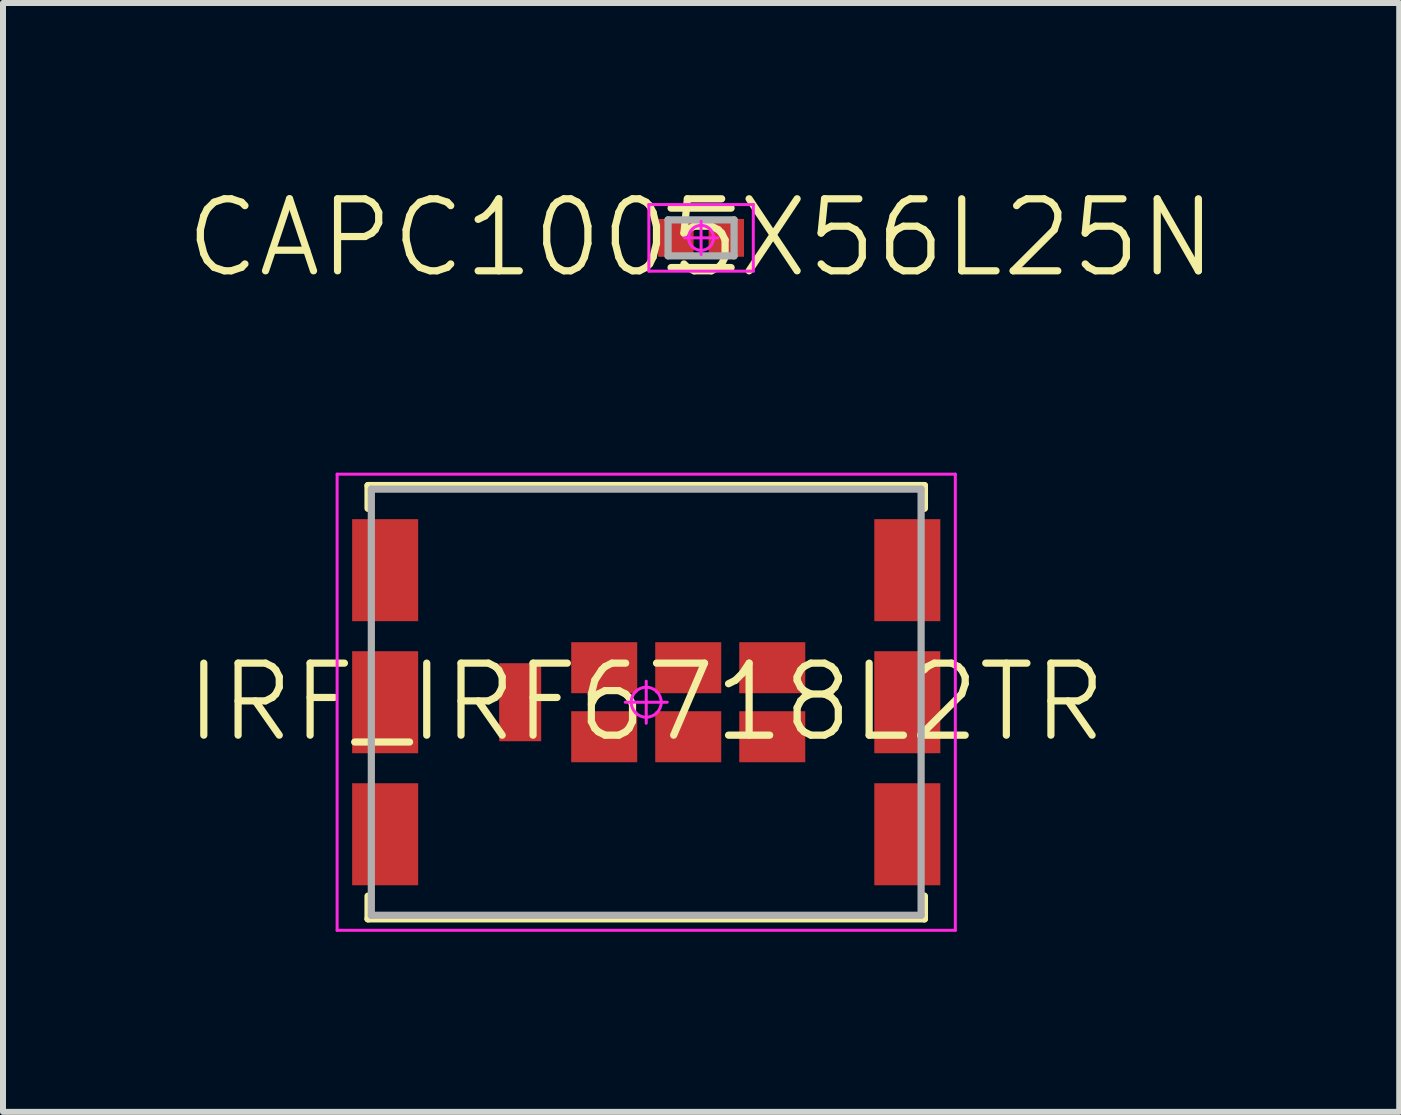
<source format=kicad_pcb>
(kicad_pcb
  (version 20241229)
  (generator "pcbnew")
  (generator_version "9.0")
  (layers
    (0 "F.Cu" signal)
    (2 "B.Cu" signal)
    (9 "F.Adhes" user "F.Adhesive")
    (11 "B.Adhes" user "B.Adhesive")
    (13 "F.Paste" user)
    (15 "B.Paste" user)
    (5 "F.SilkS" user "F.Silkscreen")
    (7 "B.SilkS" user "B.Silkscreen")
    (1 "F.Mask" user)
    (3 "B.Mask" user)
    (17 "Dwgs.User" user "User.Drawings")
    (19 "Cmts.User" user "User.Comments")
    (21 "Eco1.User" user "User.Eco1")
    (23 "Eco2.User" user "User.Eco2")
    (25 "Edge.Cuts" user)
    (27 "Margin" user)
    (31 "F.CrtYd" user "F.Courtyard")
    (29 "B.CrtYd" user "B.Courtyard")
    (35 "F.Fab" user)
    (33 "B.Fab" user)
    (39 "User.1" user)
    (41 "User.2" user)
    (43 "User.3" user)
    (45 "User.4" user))
  (footprint "IRF_IRF6718L2TR"
    (layer "F.Cu")
    (at 7.717 8.65)
    (property "Reference" "IRF_IRF6718L2TR" (at 0 0 0) (layer "F.SilkS") (effects (font (size 1.2 1.2) (thickness 0.12))))
    (attr smd)
    (fp_line (start -4.635 -3.61) (end 4.635 -3.61) (stroke (width 0.12) (type solid)) (layer "F.SilkS"))
    (fp_line (start -4.635 -3.23) (end -4.635 -3.61) (stroke (width 0.12) (type solid)) (layer "F.SilkS"))
    (fp_line (start -4.635 3.61) (end -4.635 3.23) (stroke (width 0.12) (type solid)) (layer "F.SilkS"))
    (fp_line (start 4.635 -3.61) (end 4.635 -3.23) (stroke (width 0.12) (type solid)) (layer "F.SilkS"))
    (fp_line (start 4.635 3.23) (end 4.635 3.61) (stroke (width 0.12) (type solid)) (layer "F.SilkS"))
    (fp_line (start 4.635 3.61) (end -4.635 3.61) (stroke (width 0.12) (type solid)) (layer "F.SilkS"))
    (fp_line (start -5.15 -3.8) (end 5.15 -3.8) (stroke (width 0.05) (type solid)) (layer "F.CrtYd"))
    (fp_line (start -5.15 3.8) (end -5.15 -3.8) (stroke (width 0.05) (type solid)) (layer "F.CrtYd"))
    (fp_line (start 0 -0.35) (end 0 0.35) (stroke (width 0.05) (type solid)) (layer "F.CrtYd"))
    (fp_line (start 0.35 0) (end -0.35 0) (stroke (width 0.05) (type solid)) (layer "F.CrtYd"))
    (fp_line (start 5.15 -3.8) (end 5.15 3.8) (stroke (width 0.05) (type solid)) (layer "F.CrtYd"))
    (fp_line (start 5.15 3.8) (end -5.15 3.8) (stroke (width 0.05) (type solid)) (layer "F.CrtYd"))
    (fp_circle (center 0 0) (end 0 0.25) (stroke (width 0.05) (type solid)) (fill no) (layer "F.CrtYd"))
    (fp_line (start -4.58 -3.55) (end 4.58 -3.55) (stroke (width 0.12) (type solid)) (layer "F.Fab"))
    (fp_line (start -4.58 3.55) (end -4.58 -3.55) (stroke (width 0.12) (type solid)) (layer "F.Fab"))
    (fp_line (start 4.58 -3.55) (end 4.58 3.55) (stroke (width 0.12) (type solid)) (layer "F.Fab"))
    (fp_line (start 4.58 3.55) (end -4.58 3.55) (stroke (width 0.12) (type solid)) (layer "F.Fab"))
    (pad "1" smd rect (at -2.1 0) (size 0.7 1.3) (layers "F.Cu" "F.Mask" "F.Paste"))
    (pad "2" smd rect (at -0.7 -0.575) (size 1.1 0.85) (layers "F.Cu" "F.Mask" "F.Paste"))
    (pad "3" smd rect (at 0.7 -0.575) (size 1.1 0.85) (layers "F.Cu" "F.Mask" "F.Paste"))
    (pad "4" smd rect (at 2.1 -0.575) (size 1.1 0.85) (layers "F.Cu" "F.Mask" "F.Paste"))
    (pad "5" smd rect (at -0.7 0.575) (size 1.1 0.85) (layers "F.Cu" "F.Mask" "F.Paste"))
    (pad "6" smd rect (at 0.7 0.575) (size 1.1 0.85) (layers "F.Cu" "F.Mask" "F.Paste"))
    (pad "7" smd rect (at 2.1 0.575) (size 1.1 0.85) (layers "F.Cu" "F.Mask" "F.Paste"))
    (pad "8" smd rect (at -4.35 -2.2) (size 1.1 1.7) (layers "F.Cu" "F.Mask" "F.Paste"))
    (pad "9" smd rect (at -4.35 0) (size 1.1 1.7) (layers "F.Cu" "F.Mask" "F.Paste"))
    (pad "10" smd rect (at -4.35 2.2) (size 1.1 1.7) (layers "F.Cu" "F.Mask" "F.Paste"))
    (pad "11" smd rect (at 4.35 -2.2) (size 1.1 1.7) (layers "F.Cu" "F.Mask" "F.Paste"))
    (pad "12" smd rect (at 4.35 0) (size 1.1 1.7) (layers "F.Cu" "F.Mask" "F.Paste"))
    (pad "13" smd rect (at 4.35 2.2) (size 1.1 1.7) (layers "F.Cu" "F.Mask" "F.Paste")))
  (footprint "CAPC1005X56L25N"
    (layer "F.Cu")
    (at 8.631 0.913)
    (property "Reference" "CAPC1005X56L25N" (at 0 0 0) (layer "F.SilkS") (effects (font (size 1.2 1.2) (thickness 0.12))))
    (attr smd)
    (fp_line (start 0.5 -0.495) (end -0.5 -0.495) (stroke (width 0.12) (type solid)) (layer "F.SilkS"))
    (fp_line (start 0.5 0.495) (end -0.5 0.495) (stroke (width 0.12) (type solid)) (layer "F.SilkS"))
    (fp_line (start -0.87 -0.555) (end 0.87 -0.555) (stroke (width 0.05) (type solid)) (layer "F.CrtYd"))
    (fp_line (start -0.87 0.555) (end -0.87 -0.555) (stroke (width 0.05) (type solid)) (layer "F.CrtYd"))
    (fp_line (start 0 -0.278) (end 0 0.278) (stroke (width 0.05) (type solid)) (layer "F.CrtYd"))
    (fp_line (start 0.278 0) (end -0.278 0) (stroke (width 0.05) (type solid)) (layer "F.CrtYd"))
    (fp_line (start 0.87 -0.555) (end 0.87 0.555) (stroke (width 0.05) (type solid)) (layer "F.CrtYd"))
    (fp_line (start 0.87 0.555) (end -0.87 0.555) (stroke (width 0.05) (type solid)) (layer "F.CrtYd"))
    (fp_circle (center 0 0) (end 0 0.208) (stroke (width 0.05) (type solid)) (fill no) (layer "F.CrtYd"))
    (fp_line (start -0.55 -0.3) (end 0.55 -0.3) (stroke (width 0.12) (type solid)) (layer "F.Fab"))
    (fp_line (start -0.55 0.3) (end -0.55 -0.3) (stroke (width 0.12) (type solid)) (layer "F.Fab"))
    (fp_line (start 0.55 -0.3) (end 0.55 0.3) (stroke (width 0.12) (type solid)) (layer "F.Fab"))
    (fp_line (start 0.55 0.3) (end -0.55 0.3) (stroke (width 0.12) (type solid)) (layer "F.Fab"))
    (pad "1" smd rect (at -0.42 0) (size 0.59 0.63) (layers "F.Cu" "F.Mask" "F.Paste"))
    (pad "2" smd rect (at 0.42 0) (size 0.59 0.63) (layers "F.Cu" "F.Mask" "F.Paste")))
  (gr_rect
    (start -3 -3)
    (end 20.263 15.475)
    (stroke (width 0.1) (type default))
    (fill no)
    (layer "Edge.Cuts")))
</source>
